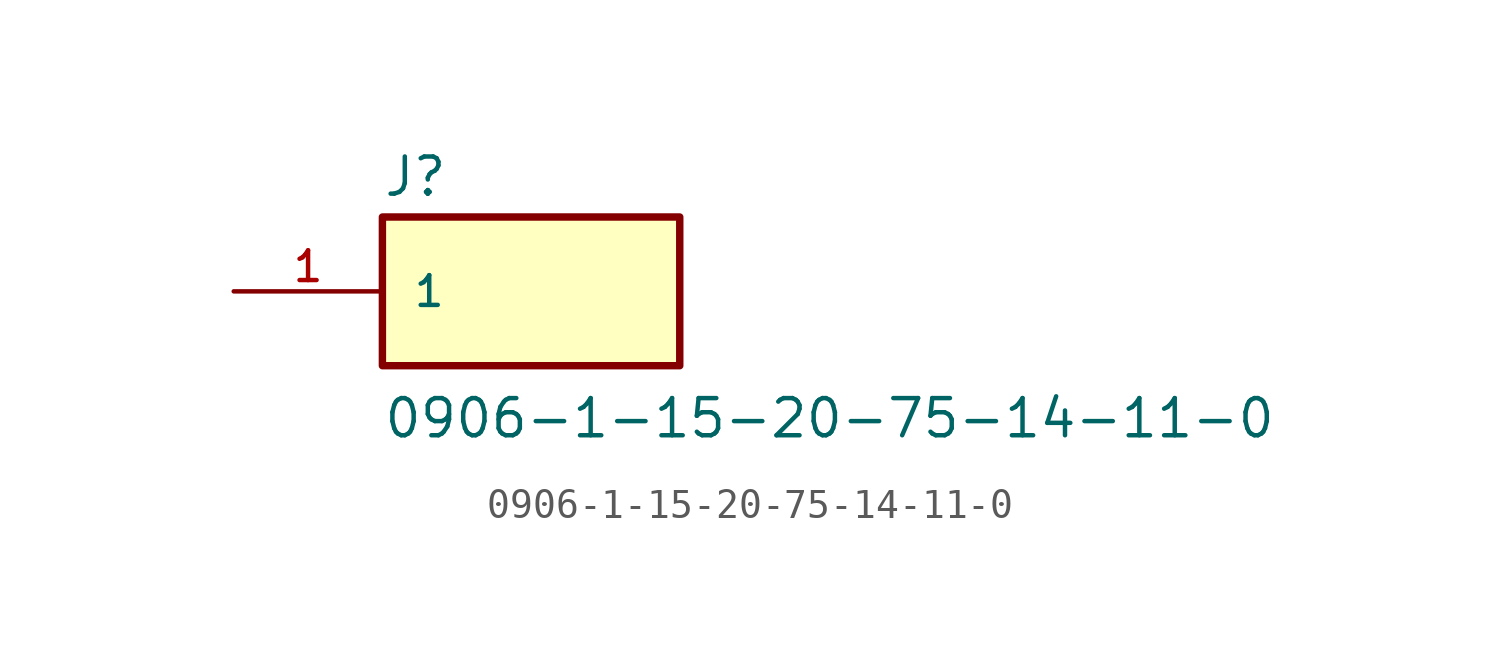
<source format=kicad_sym>
(kicad_symbol_lib
  (version 20211014)
  (generator kicad_symbol_editor)
  (symbol "0906-1-15-20-75-14-11-0"
    (pin_names
      (offset 1.016))
    (property "Reference" "J"
      (at -5.08 3.175 0)
      (effects (font (size 1.27 1.27)) (justify bottom left)))
    (property "Value" "0906-1-15-20-75-14-11-0"
      (at -5.08 -5.08 0)
      (effects (font (size 1.27 1.27)) (justify bottom left)))
    (symbol "0906-1-15-20-75-14-11-0_0_0"
      (rectangle (start -5.08 -2.54) (end 5.08 2.54) (stroke (width 0.254)) (fill (type background)))
      (pin passive line (at -10.16 0.0 0) (length 5.08) (name "1" (effects (font (size 1.016 1.016)))) (number "1" (effects (font (size 1.016 1.016))))))))
</source>
